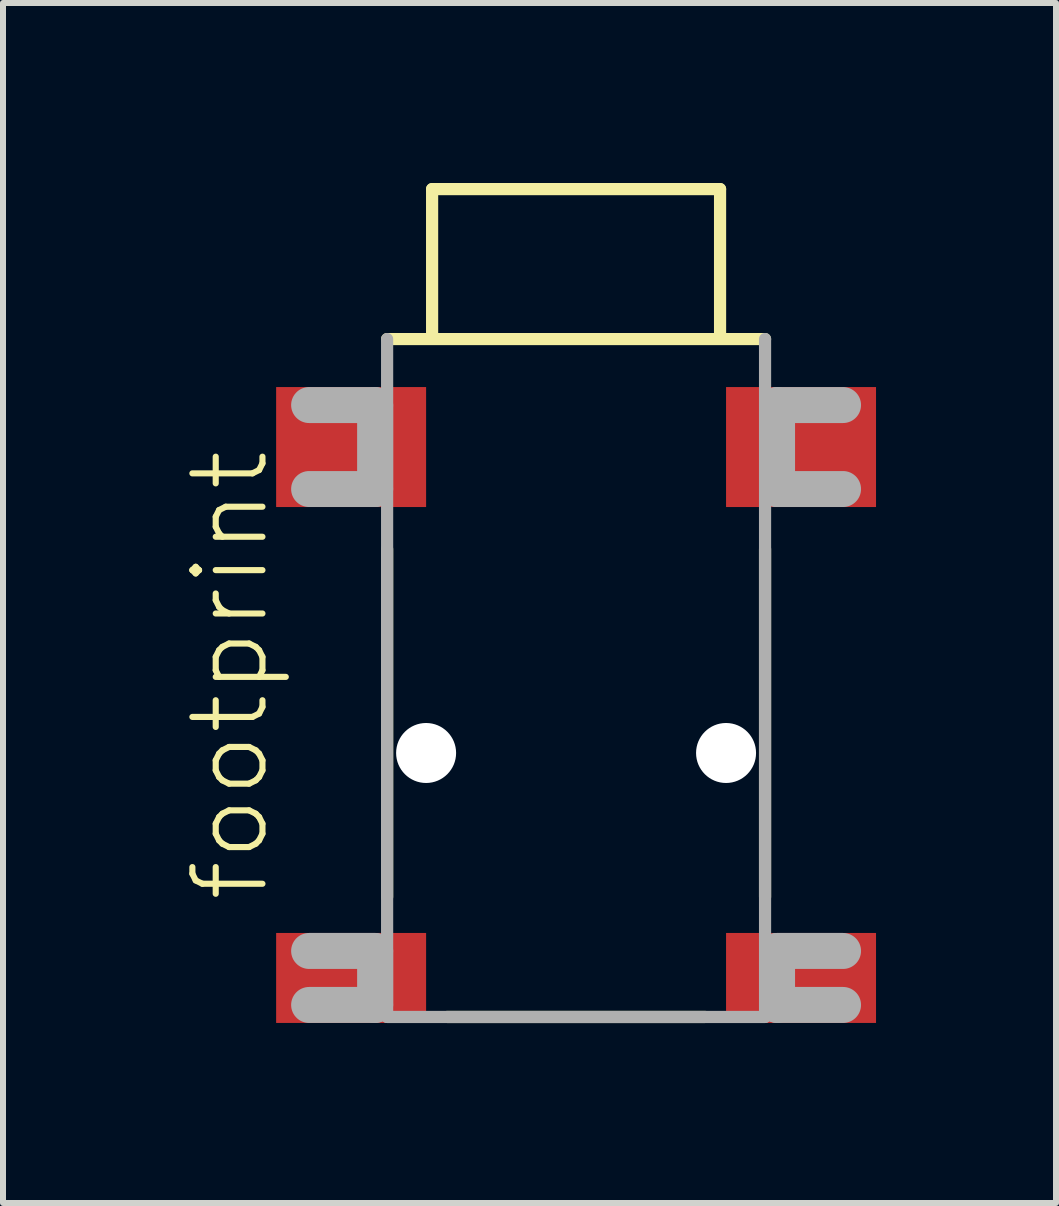
<source format=kicad_pcb>
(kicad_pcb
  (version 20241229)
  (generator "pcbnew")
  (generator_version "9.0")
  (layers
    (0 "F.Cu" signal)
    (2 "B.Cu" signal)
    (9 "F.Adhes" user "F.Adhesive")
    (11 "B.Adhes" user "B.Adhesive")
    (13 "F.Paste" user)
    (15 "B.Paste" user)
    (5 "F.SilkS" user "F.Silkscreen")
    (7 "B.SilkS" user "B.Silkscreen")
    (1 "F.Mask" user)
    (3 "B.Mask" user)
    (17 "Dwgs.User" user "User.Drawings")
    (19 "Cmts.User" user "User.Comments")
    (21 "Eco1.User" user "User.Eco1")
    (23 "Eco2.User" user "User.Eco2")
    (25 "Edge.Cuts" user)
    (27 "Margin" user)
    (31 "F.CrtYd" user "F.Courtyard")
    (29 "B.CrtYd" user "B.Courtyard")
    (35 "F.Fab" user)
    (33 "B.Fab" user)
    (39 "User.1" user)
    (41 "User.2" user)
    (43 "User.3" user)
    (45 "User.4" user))
  (footprint "footprint"
    (layer "F.Cu")
    (at 6.553 2.502)
    (property "Reference" "footprint" (at -5.08 9.525 90) (layer "F.SilkS") (effects (font (size 1.168 1.168) (thickness 0.102)) (justify left bottom)))
    (fp_line (start -3.15 0.1) (end 3.15 0.1) (stroke (width 0.203) (type solid)) (layer "F.SilkS"))
    (fp_line (start -3.15 9.4) (end -3.15 3.6) (stroke (width 0.203) (type solid)) (layer "F.SilkS"))
    (fp_line (start -2.4 -2.4) (end 2.4 -2.4) (stroke (width 0.203) (type solid)) (layer "F.SilkS"))
    (fp_line (start -2.4 0) (end -2.4 -2.4) (stroke (width 0.203) (type solid)) (layer "F.SilkS"))
    (fp_line (start 2.15 11.4) (end -2.15 11.4) (stroke (width 0.203) (type solid)) (layer "F.SilkS"))
    (fp_line (start 2.4 0) (end 2.4 -2.4) (stroke (width 0.203) (type solid)) (layer "F.SilkS"))
    (fp_line (start 3.15 3.6) (end 3.15 9.4) (stroke (width 0.203) (type solid)) (layer "F.SilkS"))
    (fp_line (start -4.45 1.2) (end -3.35 1.2) (stroke (width 0.6) (type solid)) (layer "F.Fab"))
    (fp_line (start -4.45 10.3) (end -3.35 10.3) (stroke (width 0.6) (type solid)) (layer "F.Fab"))
    (fp_line (start -3.35 1.2) (end -3.35 2.6) (stroke (width 0.6) (type solid)) (layer "F.Fab"))
    (fp_line (start -3.35 2.6) (end -4.45 2.6) (stroke (width 0.6) (type solid)) (layer "F.Fab"))
    (fp_line (start -3.35 10.3) (end -3.35 11.2) (stroke (width 0.6) (type solid)) (layer "F.Fab"))
    (fp_line (start -3.35 11.2) (end -4.45 11.2) (stroke (width 0.6) (type solid)) (layer "F.Fab"))
    (fp_line (start -3.15 11.4) (end -3.15 0.1) (stroke (width 0.203) (type solid)) (layer "F.Fab"))
    (fp_line (start 3.15 0.1) (end 3.15 11.4) (stroke (width 0.203) (type solid)) (layer "F.Fab"))
    (fp_line (start 3.15 11.4) (end -3.15 11.4) (stroke (width 0.203) (type solid)) (layer "F.Fab"))
    (fp_line (start 3.35 1.2) (end 4.45 1.2) (stroke (width 0.6) (type solid)) (layer "F.Fab"))
    (fp_line (start 3.35 2.6) (end 3.35 1.2) (stroke (width 0.6) (type solid)) (layer "F.Fab"))
    (fp_line (start 3.35 10.3) (end 4.45 10.3) (stroke (width 0.6) (type solid)) (layer "F.Fab"))
    (fp_line (start 3.35 11.2) (end 3.35 10.3) (stroke (width 0.6) (type solid)) (layer "F.Fab"))
    (fp_line (start 4.45 2.6) (end 3.35 2.6) (stroke (width 0.6) (type solid)) (layer "F.Fab"))
    (fp_line (start 4.45 11.2) (end 3.35 11.2) (stroke (width 0.6) (type solid)) (layer "F.Fab"))
    (pad "" np_thru_hole circle (at -2.5 7) (size 1 1) (drill 1) (layers "*.Cu" "*.Mask"))
    (pad "" np_thru_hole circle (at 2.5 7) (size 1 1) (drill 1) (layers "*.Cu" "*.Mask"))
    (pad "1" smd rect (at -3.75 10.75 180) (size 2.5 1.5) (layers "F.Cu" "F.Mask" "F.Paste"))
    (pad "2" smd rect (at -3.75 1.9) (size 2.5 2) (layers "F.Cu" "F.Mask" "F.Paste"))
    (pad "2@2" smd rect (at 3.75 1.9) (size 2.5 2) (layers "F.Cu" "F.Mask" "F.Paste"))
    (pad "3" smd rect (at 3.75 10.75 180) (size 2.5 1.5) (layers "F.Cu" "F.Mask" "F.Paste")))
  (gr_rect
    (start -3 -3)
    (end 14.553 17.003)
    (stroke (width 0.1) (type default))
    (fill no)
    (layer "Edge.Cuts")))
</source>
